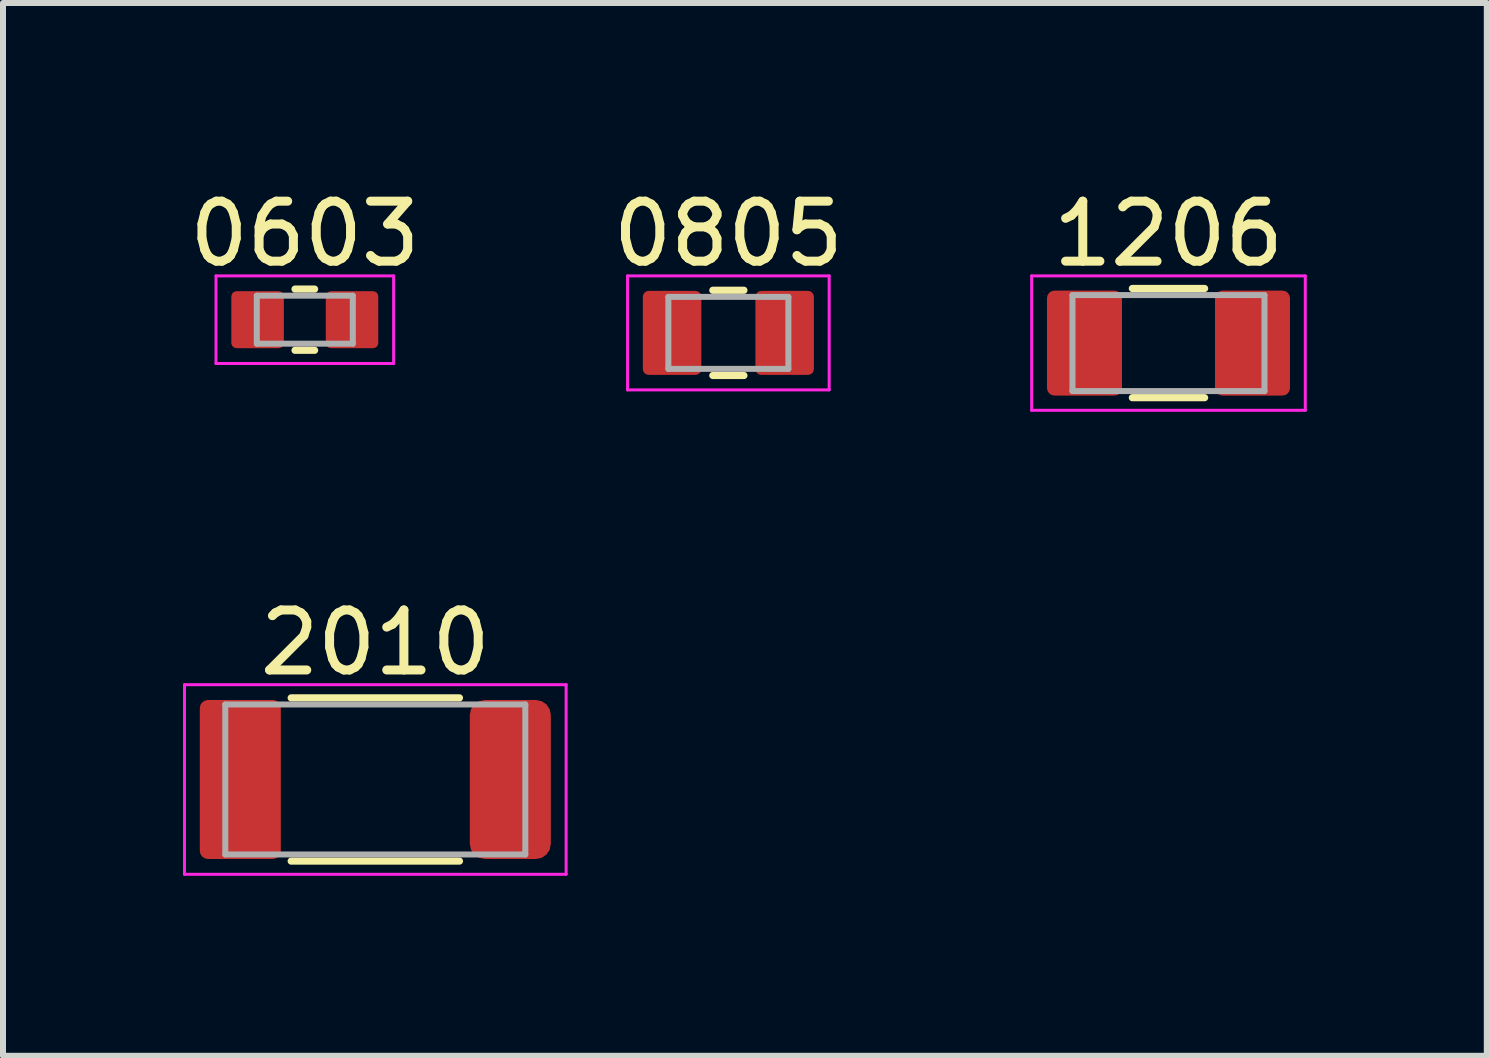
<source format=kicad_pcb>
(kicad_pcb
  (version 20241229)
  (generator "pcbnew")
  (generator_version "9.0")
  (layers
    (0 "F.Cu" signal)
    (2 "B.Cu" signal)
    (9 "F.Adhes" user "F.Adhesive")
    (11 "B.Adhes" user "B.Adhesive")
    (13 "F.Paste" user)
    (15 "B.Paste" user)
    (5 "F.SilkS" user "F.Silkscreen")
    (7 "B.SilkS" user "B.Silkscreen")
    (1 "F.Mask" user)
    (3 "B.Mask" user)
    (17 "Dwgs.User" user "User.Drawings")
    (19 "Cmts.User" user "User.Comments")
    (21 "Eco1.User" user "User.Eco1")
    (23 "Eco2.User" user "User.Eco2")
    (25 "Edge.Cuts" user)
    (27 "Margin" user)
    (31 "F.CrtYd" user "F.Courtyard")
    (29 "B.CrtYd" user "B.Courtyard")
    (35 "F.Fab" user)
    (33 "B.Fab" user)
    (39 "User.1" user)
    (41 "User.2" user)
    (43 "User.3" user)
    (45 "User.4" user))
  (footprint "0603"
    (layer "F.Cu")
    (at 2.03 2.278)
    (property "Reference" "0603" (at 0 -1.43 0) (layer "F.SilkS") (effects (font (size 1 1) (thickness 0.15))))
    (attr smd)
    (fp_line (start -0.163 -0.51) (end 0.163 -0.51) (stroke (width 0.12) (type solid)) (layer "F.SilkS"))
    (fp_line (start -0.163 0.51) (end 0.163 0.51) (stroke (width 0.12) (type solid)) (layer "F.SilkS"))
    (fp_line (start -1.48 -0.73) (end 1.48 -0.73) (stroke (width 0.05) (type solid)) (layer "F.CrtYd"))
    (fp_line (start -1.48 0.73) (end -1.48 -0.73) (stroke (width 0.05) (type solid)) (layer "F.CrtYd"))
    (fp_line (start 1.48 -0.73) (end 1.48 0.73) (stroke (width 0.05) (type solid)) (layer "F.CrtYd"))
    (fp_line (start 1.48 0.73) (end -1.48 0.73) (stroke (width 0.05) (type solid)) (layer "F.CrtYd"))
    (fp_line (start -0.8 -0.4) (end 0.8 -0.4) (stroke (width 0.1) (type solid)) (layer "F.Fab"))
    (fp_line (start -0.8 0.4) (end -0.8 -0.4) (stroke (width 0.1) (type solid)) (layer "F.Fab"))
    (fp_line (start 0.8 -0.4) (end 0.8 0.4) (stroke (width 0.1) (type solid)) (layer "F.Fab"))
    (fp_line (start 0.8 0.4) (end -0.8 0.4) (stroke (width 0.1) (type solid)) (layer "F.Fab"))
    (pad "1" smd roundrect (at -0.787 0) (size 0.875 0.95) (layers "F.Cu" "F.Mask" "F.Paste") (roundrect_rratio 0.1))
    (pad "2" smd roundrect (at 0.787 0) (size 0.875 0.95) (layers "F.Cu" "F.Mask" "F.Paste") (roundrect_rratio 0.1)))
  (footprint "0805"
    (layer "F.Cu")
    (at 9.089 2.498)
    (property "Reference" "0805" (at 0 -1.65 0) (layer "F.SilkS") (effects (font (size 1 1) (thickness 0.15))))
    (attr smd)
    (fp_line (start -0.259 -0.71) (end 0.259 -0.71) (stroke (width 0.12) (type solid)) (layer "F.SilkS"))
    (fp_line (start -0.259 0.71) (end 0.259 0.71) (stroke (width 0.12) (type solid)) (layer "F.SilkS"))
    (fp_line (start -1.68 -0.95) (end 1.68 -0.95) (stroke (width 0.05) (type solid)) (layer "F.CrtYd"))
    (fp_line (start -1.68 0.95) (end -1.68 -0.95) (stroke (width 0.05) (type solid)) (layer "F.CrtYd"))
    (fp_line (start 1.68 -0.95) (end 1.68 0.95) (stroke (width 0.05) (type solid)) (layer "F.CrtYd"))
    (fp_line (start 1.68 0.95) (end -1.68 0.95) (stroke (width 0.05) (type solid)) (layer "F.CrtYd"))
    (fp_line (start -1 -0.6) (end 1 -0.6) (stroke (width 0.1) (type solid)) (layer "F.Fab"))
    (fp_line (start -1 0.6) (end -1 -0.6) (stroke (width 0.1) (type solid)) (layer "F.Fab"))
    (fp_line (start 1 -0.6) (end 1 0.6) (stroke (width 0.1) (type solid)) (layer "F.Fab"))
    (fp_line (start 1 0.6) (end -1 0.6) (stroke (width 0.1) (type solid)) (layer "F.Fab"))
    (pad "1" smd roundrect (at -0.938 0) (size 0.975 1.4) (layers "F.Cu" "F.Mask" "F.Paste") (roundrect_rratio 0.1))
    (pad "2" smd roundrect (at 0.938 0) (size 0.975 1.4) (layers "F.Cu" "F.Mask" "F.Paste") (roundrect_rratio 0.1)))
  (footprint "2010"
    (layer "F.Cu")
    (at 3.205 9.941)
    (property "Reference" "2010" (at 0 -2.28 0) (layer "F.SilkS") (effects (font (size 1 1) (thickness 0.15))))
    (attr smd)
    (fp_line (start -1.402 -1.36) (end 1.402 -1.36) (stroke (width 0.12) (type solid)) (layer "F.SilkS"))
    (fp_line (start -1.402 1.36) (end 1.402 1.36) (stroke (width 0.12) (type solid)) (layer "F.SilkS"))
    (fp_line (start -3.18 -1.58) (end 3.18 -1.58) (stroke (width 0.05) (type solid)) (layer "F.CrtYd"))
    (fp_line (start -3.18 1.58) (end -3.18 -1.58) (stroke (width 0.05) (type solid)) (layer "F.CrtYd"))
    (fp_line (start 3.18 -1.58) (end 3.18 1.58) (stroke (width 0.05) (type solid)) (layer "F.CrtYd"))
    (fp_line (start 3.18 1.58) (end -3.18 1.58) (stroke (width 0.05) (type solid)) (layer "F.CrtYd"))
    (fp_line (start -2.5 -1.25) (end 2.5 -1.25) (stroke (width 0.1) (type solid)) (layer "F.Fab"))
    (fp_line (start -2.5 1.25) (end -2.5 -1.25) (stroke (width 0.1) (type solid)) (layer "F.Fab"))
    (fp_line (start 2.5 -1.25) (end 2.5 1.25) (stroke (width 0.1) (type solid)) (layer "F.Fab"))
    (fp_line (start 2.5 1.25) (end -2.5 1.25) (stroke (width 0.1) (type solid)) (layer "F.Fab"))
    (pad "1" smd roundrect (at -2.25 0) (size 1.35 2.65) (layers "F.Cu" "F.Mask" "F.Paste") (roundrect_rratio 0.1))
    (pad "2" smd roundrect (at 2.25 0) (size 1.35 2.65) (layers "F.Cu" "F.Mask" "F.Paste") (roundrect_rratio 0.185)))
  (footprint "1206"
    (layer "F.Cu")
    (at 16.424 2.668)
    (property "Reference" "1206" (at 0 -1.82 0) (layer "F.SilkS") (effects (font (size 1 1) (thickness 0.15))))
    (attr smd)
    (fp_line (start -0.602 -0.91) (end 0.602 -0.91) (stroke (width 0.12) (type solid)) (layer "F.SilkS"))
    (fp_line (start -0.602 0.91) (end 0.602 0.91) (stroke (width 0.12) (type solid)) (layer "F.SilkS"))
    (fp_line (start -2.28 -1.12) (end 2.28 -1.12) (stroke (width 0.05) (type solid)) (layer "F.CrtYd"))
    (fp_line (start -2.28 1.12) (end -2.28 -1.12) (stroke (width 0.05) (type solid)) (layer "F.CrtYd"))
    (fp_line (start 2.28 -1.12) (end 2.28 1.12) (stroke (width 0.05) (type solid)) (layer "F.CrtYd"))
    (fp_line (start 2.28 1.12) (end -2.28 1.12) (stroke (width 0.05) (type solid)) (layer "F.CrtYd"))
    (fp_line (start -1.6 -0.8) (end 1.6 -0.8) (stroke (width 0.1) (type solid)) (layer "F.Fab"))
    (fp_line (start -1.6 0.8) (end -1.6 -0.8) (stroke (width 0.1) (type solid)) (layer "F.Fab"))
    (fp_line (start 1.6 -0.8) (end 1.6 0.8) (stroke (width 0.1) (type solid)) (layer "F.Fab"))
    (fp_line (start 1.6 0.8) (end -1.6 0.8) (stroke (width 0.1) (type solid)) (layer "F.Fab"))
    (pad "1" smd roundrect (at -1.4 0) (size 1.25 1.75) (layers "F.Cu" "F.Mask" "F.Paste") (roundrect_rratio 0.1))
    (pad "2" smd roundrect (at 1.4 0) (size 1.25 1.75) (layers "F.Cu" "F.Mask" "F.Paste") (roundrect_rratio 0.1)))
  (gr_rect
    (start -3 -3)
    (end 21.729 14.546)
    (stroke (width 0.1) (type default))
    (fill no)
    (layer "Edge.Cuts")))
</source>
